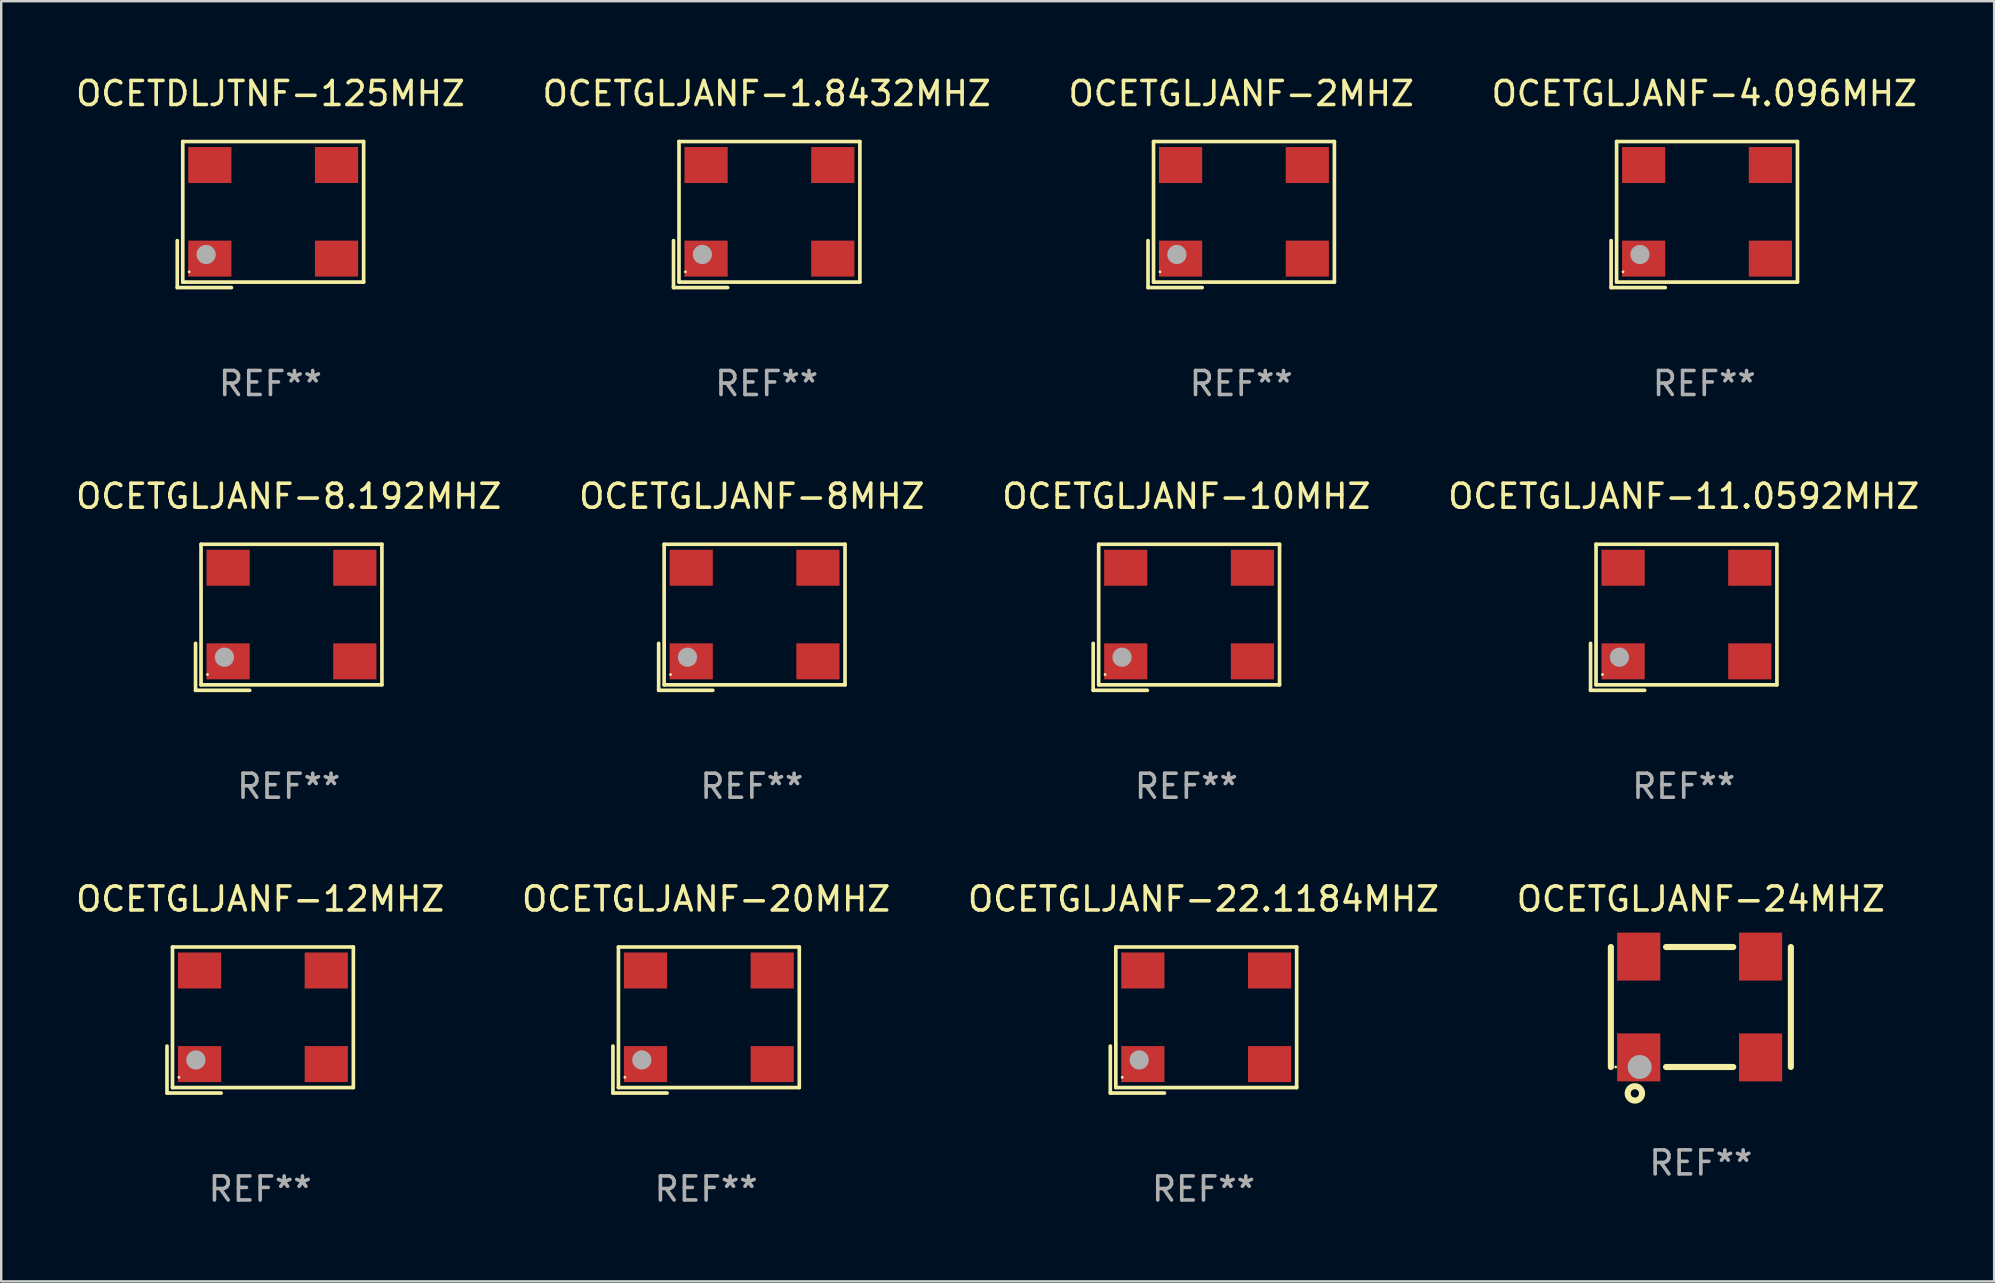
<source format=kicad_pcb>
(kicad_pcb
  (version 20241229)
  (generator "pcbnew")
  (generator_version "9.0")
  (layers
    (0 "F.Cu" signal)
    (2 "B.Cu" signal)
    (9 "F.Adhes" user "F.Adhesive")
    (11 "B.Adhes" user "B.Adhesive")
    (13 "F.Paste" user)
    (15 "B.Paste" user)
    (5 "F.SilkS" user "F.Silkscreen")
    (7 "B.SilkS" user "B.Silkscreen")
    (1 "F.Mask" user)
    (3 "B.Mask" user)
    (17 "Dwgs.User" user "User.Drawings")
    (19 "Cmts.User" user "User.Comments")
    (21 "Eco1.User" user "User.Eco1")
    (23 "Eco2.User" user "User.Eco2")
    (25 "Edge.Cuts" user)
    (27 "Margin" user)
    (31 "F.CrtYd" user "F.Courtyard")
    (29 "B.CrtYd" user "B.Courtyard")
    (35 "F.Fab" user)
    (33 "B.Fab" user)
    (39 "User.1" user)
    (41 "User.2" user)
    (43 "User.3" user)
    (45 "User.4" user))
  (footprint "OCETGLJANF-10MHZ"
    (layer "F.Cu")
    (at 46.387 22.673)
    (property "Reference" "OCETGLJANF-10MHZ" (at 0 -5.043 0) (layer "F.SilkS") (effects (font (size 1 1) (thickness 0.15))))
    (attr through_hole)
    (fp_line (start -3.883 1.086) (end -3.883 3.043) (stroke (width 0.152) (type solid)) (layer "F.SilkS"))
    (fp_line (start -3.883 3.043) (end -1.626 3.043) (stroke (width 0.152) (type solid)) (layer "F.SilkS"))
    (fp_line (start -3.654 -3.043) (end 3.883 -3.043) (stroke (width 0.152) (type solid)) (layer "F.SilkS"))
    (fp_line (start -3.654 2.814) (end -3.654 -3.043) (stroke (width 0.152) (type solid)) (layer "F.SilkS"))
    (fp_line (start 3.883 -3.043) (end 3.883 2.814) (stroke (width 0.152) (type solid)) (layer "F.SilkS"))
    (fp_line (start 3.883 2.814) (end -3.654 2.814) (stroke (width 0.152) (type solid)) (layer "F.SilkS"))
    (fp_circle (center -3.386 2.386) (end -3.356 2.386) (stroke (width 0.06) (type solid)) (fill no) (layer "F.SilkS"))
    (fp_circle (center -2.68 1.664) (end -2.48 1.664) (stroke (width 0.4) (type solid)) (fill no) (layer "F.Fab"))
    (fp_text user "REF**" (at 0 7.043 0) (layer "F.Fab") (effects (font (size 1 1) (thickness 0.15))))
    (pad "1" smd rect (at -2.526 1.836) (size 1.8 1.5) (layers "F.Cu" "F.Mask" "F.Paste"))
    (pad "2" smd rect (at 2.754 1.836) (size 1.8 1.5) (layers "F.Cu" "F.Mask" "F.Paste"))
    (pad "3" smd rect (at 2.754 -2.064) (size 1.8 1.5) (layers "F.Cu" "F.Mask" "F.Paste"))
    (pad "4" smd rect (at -2.526 -2.064) (size 1.8 1.5) (layers "F.Cu" "F.Mask" "F.Paste")))
  (footprint "OCETDLJTNF-125MHZ"
    (layer "F.Cu")
    (at 8.22 5.891)
    (property "Reference" "OCETDLJTNF-125MHZ" (at 0 -5.043 0) (layer "F.SilkS") (effects (font (size 1 1) (thickness 0.15))))
    (attr through_hole)
    (fp_line (start -3.883 1.086) (end -3.883 3.043) (stroke (width 0.152) (type solid)) (layer "F.SilkS"))
    (fp_line (start -3.883 3.043) (end -1.626 3.043) (stroke (width 0.152) (type solid)) (layer "F.SilkS"))
    (fp_line (start -3.654 -3.043) (end 3.883 -3.043) (stroke (width 0.152) (type solid)) (layer "F.SilkS"))
    (fp_line (start -3.654 2.814) (end -3.654 -3.043) (stroke (width 0.152) (type solid)) (layer "F.SilkS"))
    (fp_line (start 3.883 -3.043) (end 3.883 2.814) (stroke (width 0.152) (type solid)) (layer "F.SilkS"))
    (fp_line (start 3.883 2.814) (end -3.654 2.814) (stroke (width 0.152) (type solid)) (layer "F.SilkS"))
    (fp_circle (center -3.386 2.386) (end -3.356 2.386) (stroke (width 0.06) (type solid)) (fill no) (layer "F.SilkS"))
    (fp_circle (center -2.68 1.664) (end -2.48 1.664) (stroke (width 0.4) (type solid)) (fill no) (layer "F.Fab"))
    (fp_text user "REF**" (at 0 7.043 0) (layer "F.Fab") (effects (font (size 1 1) (thickness 0.15))))
    (pad "1" smd rect (at -2.526 1.836) (size 1.8 1.5) (layers "F.Cu" "F.Mask" "F.Paste"))
    (pad "2" smd rect (at 2.754 1.836) (size 1.8 1.5) (layers "F.Cu" "F.Mask" "F.Paste"))
    (pad "3" smd rect (at 2.754 -2.064) (size 1.8 1.5) (layers "F.Cu" "F.Mask" "F.Paste"))
    (pad "4" smd rect (at -2.526 -2.064) (size 1.8 1.5) (layers "F.Cu" "F.Mask" "F.Paste")))
  (footprint "OCETGLJANF-4.096MHZ"
    (layer "F.Cu")
    (at 67.97 5.891)
    (property "Reference" "OCETGLJANF-4.096MHZ" (at 0 -5.043 0) (layer "F.SilkS") (effects (font (size 1 1) (thickness 0.15))))
    (attr through_hole)
    (fp_line (start -3.883 1.086) (end -3.883 3.043) (stroke (width 0.152) (type solid)) (layer "F.SilkS"))
    (fp_line (start -3.883 3.043) (end -1.626 3.043) (stroke (width 0.152) (type solid)) (layer "F.SilkS"))
    (fp_line (start -3.654 -3.043) (end 3.883 -3.043) (stroke (width 0.152) (type solid)) (layer "F.SilkS"))
    (fp_line (start -3.654 2.814) (end -3.654 -3.043) (stroke (width 0.152) (type solid)) (layer "F.SilkS"))
    (fp_line (start 3.883 -3.043) (end 3.883 2.814) (stroke (width 0.152) (type solid)) (layer "F.SilkS"))
    (fp_line (start 3.883 2.814) (end -3.654 2.814) (stroke (width 0.152) (type solid)) (layer "F.SilkS"))
    (fp_circle (center -3.386 2.386) (end -3.356 2.386) (stroke (width 0.06) (type solid)) (fill no) (layer "F.SilkS"))
    (fp_circle (center -2.68 1.664) (end -2.48 1.664) (stroke (width 0.4) (type solid)) (fill no) (layer "F.Fab"))
    (fp_text user "REF**" (at 0 7.043 0) (layer "F.Fab") (effects (font (size 1 1) (thickness 0.15))))
    (pad "1" smd rect (at -2.526 1.836) (size 1.8 1.5) (layers "F.Cu" "F.Mask" "F.Paste"))
    (pad "2" smd rect (at 2.754 1.836) (size 1.8 1.5) (layers "F.Cu" "F.Mask" "F.Paste"))
    (pad "3" smd rect (at 2.754 -2.064) (size 1.8 1.5) (layers "F.Cu" "F.Mask" "F.Paste"))
    (pad "4" smd rect (at -2.526 -2.064) (size 1.8 1.5) (layers "F.Cu" "F.Mask" "F.Paste")))
  (footprint "OCETGLJANF-22.1184MHZ"
    (layer "F.Cu")
    (at 47.101 39.456)
    (property "Reference" "OCETGLJANF-22.1184MHZ" (at 0 -5.043 0) (layer "F.SilkS") (effects (font (size 1 1) (thickness 0.15))))
    (attr through_hole)
    (fp_line (start -3.883 1.086) (end -3.883 3.043) (stroke (width 0.152) (type solid)) (layer "F.SilkS"))
    (fp_line (start -3.883 3.043) (end -1.626 3.043) (stroke (width 0.152) (type solid)) (layer "F.SilkS"))
    (fp_line (start -3.654 -3.043) (end 3.883 -3.043) (stroke (width 0.152) (type solid)) (layer "F.SilkS"))
    (fp_line (start -3.654 2.814) (end -3.654 -3.043) (stroke (width 0.152) (type solid)) (layer "F.SilkS"))
    (fp_line (start 3.883 -3.043) (end 3.883 2.814) (stroke (width 0.152) (type solid)) (layer "F.SilkS"))
    (fp_line (start 3.883 2.814) (end -3.654 2.814) (stroke (width 0.152) (type solid)) (layer "F.SilkS"))
    (fp_circle (center -3.386 2.386) (end -3.356 2.386) (stroke (width 0.06) (type solid)) (fill no) (layer "F.SilkS"))
    (fp_circle (center -2.68 1.664) (end -2.48 1.664) (stroke (width 0.4) (type solid)) (fill no) (layer "F.Fab"))
    (fp_text user "REF**" (at 0 7.043 0) (layer "F.Fab") (effects (font (size 1 1) (thickness 0.15))))
    (pad "1" smd rect (at -2.526 1.836) (size 1.8 1.5) (layers "F.Cu" "F.Mask" "F.Paste"))
    (pad "2" smd rect (at 2.754 1.836) (size 1.8 1.5) (layers "F.Cu" "F.Mask" "F.Paste"))
    (pad "3" smd rect (at 2.754 -2.064) (size 1.8 1.5) (layers "F.Cu" "F.Mask" "F.Paste"))
    (pad "4" smd rect (at -2.526 -2.064) (size 1.8 1.5) (layers "F.Cu" "F.Mask" "F.Paste")))
  (footprint "OCETGLJANF-8MHZ"
    (layer "F.Cu")
    (at 28.28 22.673)
    (property "Reference" "OCETGLJANF-8MHZ" (at 0 -5.043 0) (layer "F.SilkS") (effects (font (size 1 1) (thickness 0.15))))
    (attr through_hole)
    (fp_line (start -3.883 1.086) (end -3.883 3.043) (stroke (width 0.152) (type solid)) (layer "F.SilkS"))
    (fp_line (start -3.883 3.043) (end -1.626 3.043) (stroke (width 0.152) (type solid)) (layer "F.SilkS"))
    (fp_line (start -3.654 -3.043) (end 3.883 -3.043) (stroke (width 0.152) (type solid)) (layer "F.SilkS"))
    (fp_line (start -3.654 2.814) (end -3.654 -3.043) (stroke (width 0.152) (type solid)) (layer "F.SilkS"))
    (fp_line (start 3.883 -3.043) (end 3.883 2.814) (stroke (width 0.152) (type solid)) (layer "F.SilkS"))
    (fp_line (start 3.883 2.814) (end -3.654 2.814) (stroke (width 0.152) (type solid)) (layer "F.SilkS"))
    (fp_circle (center -3.386 2.386) (end -3.356 2.386) (stroke (width 0.06) (type solid)) (fill no) (layer "F.SilkS"))
    (fp_circle (center -2.68 1.664) (end -2.48 1.664) (stroke (width 0.4) (type solid)) (fill no) (layer "F.Fab"))
    (fp_text user "REF**" (at 0 7.043 0) (layer "F.Fab") (effects (font (size 1 1) (thickness 0.15))))
    (pad "1" smd rect (at -2.526 1.836) (size 1.8 1.5) (layers "F.Cu" "F.Mask" "F.Paste"))
    (pad "2" smd rect (at 2.754 1.836) (size 1.8 1.5) (layers "F.Cu" "F.Mask" "F.Paste"))
    (pad "3" smd rect (at 2.754 -2.064) (size 1.8 1.5) (layers "F.Cu" "F.Mask" "F.Paste"))
    (pad "4" smd rect (at -2.526 -2.064) (size 1.8 1.5) (layers "F.Cu" "F.Mask" "F.Paste")))
  (footprint "OCETGLJANF-2MHZ"
    (layer "F.Cu")
    (at 48.673 5.891)
    (property "Reference" "OCETGLJANF-2MHZ" (at 0 -5.043 0) (layer "F.SilkS") (effects (font (size 1 1) (thickness 0.15))))
    (attr through_hole)
    (fp_line (start -3.883 1.086) (end -3.883 3.043) (stroke (width 0.152) (type solid)) (layer "F.SilkS"))
    (fp_line (start -3.883 3.043) (end -1.626 3.043) (stroke (width 0.152) (type solid)) (layer "F.SilkS"))
    (fp_line (start -3.654 -3.043) (end 3.883 -3.043) (stroke (width 0.152) (type solid)) (layer "F.SilkS"))
    (fp_line (start -3.654 2.814) (end -3.654 -3.043) (stroke (width 0.152) (type solid)) (layer "F.SilkS"))
    (fp_line (start 3.883 -3.043) (end 3.883 2.814) (stroke (width 0.152) (type solid)) (layer "F.SilkS"))
    (fp_line (start 3.883 2.814) (end -3.654 2.814) (stroke (width 0.152) (type solid)) (layer "F.SilkS"))
    (fp_circle (center -3.386 2.386) (end -3.356 2.386) (stroke (width 0.06) (type solid)) (fill no) (layer "F.SilkS"))
    (fp_circle (center -2.68 1.664) (end -2.48 1.664) (stroke (width 0.4) (type solid)) (fill no) (layer "F.Fab"))
    (fp_text user "REF**" (at 0 7.043 0) (layer "F.Fab") (effects (font (size 1 1) (thickness 0.15))))
    (pad "1" smd rect (at -2.526 1.836) (size 1.8 1.5) (layers "F.Cu" "F.Mask" "F.Paste"))
    (pad "2" smd rect (at 2.754 1.836) (size 1.8 1.5) (layers "F.Cu" "F.Mask" "F.Paste"))
    (pad "3" smd rect (at 2.754 -2.064) (size 1.8 1.5) (layers "F.Cu" "F.Mask" "F.Paste"))
    (pad "4" smd rect (at -2.526 -2.064) (size 1.8 1.5) (layers "F.Cu" "F.Mask" "F.Paste")))
  (footprint "OCETGLJANF-12MHZ"
    (layer "F.Cu")
    (at 7.792 39.456)
    (property "Reference" "OCETGLJANF-12MHZ" (at 0 -5.043 0) (layer "F.SilkS") (effects (font (size 1 1) (thickness 0.15))))
    (attr through_hole)
    (fp_line (start -3.883 1.086) (end -3.883 3.043) (stroke (width 0.152) (type solid)) (layer "F.SilkS"))
    (fp_line (start -3.883 3.043) (end -1.626 3.043) (stroke (width 0.152) (type solid)) (layer "F.SilkS"))
    (fp_line (start -3.654 -3.043) (end 3.883 -3.043) (stroke (width 0.152) (type solid)) (layer "F.SilkS"))
    (fp_line (start -3.654 2.814) (end -3.654 -3.043) (stroke (width 0.152) (type solid)) (layer "F.SilkS"))
    (fp_line (start 3.883 -3.043) (end 3.883 2.814) (stroke (width 0.152) (type solid)) (layer "F.SilkS"))
    (fp_line (start 3.883 2.814) (end -3.654 2.814) (stroke (width 0.152) (type solid)) (layer "F.SilkS"))
    (fp_circle (center -3.386 2.386) (end -3.356 2.386) (stroke (width 0.06) (type solid)) (fill no) (layer "F.SilkS"))
    (fp_circle (center -2.68 1.664) (end -2.48 1.664) (stroke (width 0.4) (type solid)) (fill no) (layer "F.Fab"))
    (fp_text user "REF**" (at 0 7.043 0) (layer "F.Fab") (effects (font (size 1 1) (thickness 0.15))))
    (pad "1" smd rect (at -2.526 1.836) (size 1.8 1.5) (layers "F.Cu" "F.Mask" "F.Paste"))
    (pad "2" smd rect (at 2.754 1.836) (size 1.8 1.5) (layers "F.Cu" "F.Mask" "F.Paste"))
    (pad "3" smd rect (at 2.754 -2.064) (size 1.8 1.5) (layers "F.Cu" "F.Mask" "F.Paste"))
    (pad "4" smd rect (at -2.526 -2.064) (size 1.8 1.5) (layers "F.Cu" "F.Mask" "F.Paste")))
  (footprint "OCETGLJANF-11.0592MHZ"
    (layer "F.Cu")
    (at 67.113 22.673)
    (property "Reference" "OCETGLJANF-11.0592MHZ" (at 0 -5.043 0) (layer "F.SilkS") (effects (font (size 1 1) (thickness 0.15))))
    (attr through_hole)
    (fp_line (start -3.883 1.086) (end -3.883 3.043) (stroke (width 0.152) (type solid)) (layer "F.SilkS"))
    (fp_line (start -3.883 3.043) (end -1.626 3.043) (stroke (width 0.152) (type solid)) (layer "F.SilkS"))
    (fp_line (start -3.654 -3.043) (end 3.883 -3.043) (stroke (width 0.152) (type solid)) (layer "F.SilkS"))
    (fp_line (start -3.654 2.814) (end -3.654 -3.043) (stroke (width 0.152) (type solid)) (layer "F.SilkS"))
    (fp_line (start 3.883 -3.043) (end 3.883 2.814) (stroke (width 0.152) (type solid)) (layer "F.SilkS"))
    (fp_line (start 3.883 2.814) (end -3.654 2.814) (stroke (width 0.152) (type solid)) (layer "F.SilkS"))
    (fp_circle (center -3.386 2.386) (end -3.356 2.386) (stroke (width 0.06) (type solid)) (fill no) (layer "F.SilkS"))
    (fp_circle (center -2.68 1.664) (end -2.48 1.664) (stroke (width 0.4) (type solid)) (fill no) (layer "F.Fab"))
    (fp_text user "REF**" (at 0 7.043 0) (layer "F.Fab") (effects (font (size 1 1) (thickness 0.15))))
    (pad "1" smd rect (at -2.526 1.836) (size 1.8 1.5) (layers "F.Cu" "F.Mask" "F.Paste"))
    (pad "2" smd rect (at 2.754 1.836) (size 1.8 1.5) (layers "F.Cu" "F.Mask" "F.Paste"))
    (pad "3" smd rect (at 2.754 -2.064) (size 1.8 1.5) (layers "F.Cu" "F.Mask" "F.Paste"))
    (pad "4" smd rect (at -2.526 -2.064) (size 1.8 1.5) (layers "F.Cu" "F.Mask" "F.Paste")))
  (footprint "OCETGLJANF-8.192MHZ"
    (layer "F.Cu")
    (at 8.982 22.673)
    (property "Reference" "OCETGLJANF-8.192MHZ" (at 0 -5.043 0) (layer "F.SilkS") (effects (font (size 1 1) (thickness 0.15))))
    (attr through_hole)
    (fp_line (start -3.883 1.086) (end -3.883 3.043) (stroke (width 0.152) (type solid)) (layer "F.SilkS"))
    (fp_line (start -3.883 3.043) (end -1.626 3.043) (stroke (width 0.152) (type solid)) (layer "F.SilkS"))
    (fp_line (start -3.654 -3.043) (end 3.883 -3.043) (stroke (width 0.152) (type solid)) (layer "F.SilkS"))
    (fp_line (start -3.654 2.814) (end -3.654 -3.043) (stroke (width 0.152) (type solid)) (layer "F.SilkS"))
    (fp_line (start 3.883 -3.043) (end 3.883 2.814) (stroke (width 0.152) (type solid)) (layer "F.SilkS"))
    (fp_line (start 3.883 2.814) (end -3.654 2.814) (stroke (width 0.152) (type solid)) (layer "F.SilkS"))
    (fp_circle (center -3.386 2.386) (end -3.356 2.386) (stroke (width 0.06) (type solid)) (fill no) (layer "F.SilkS"))
    (fp_circle (center -2.68 1.664) (end -2.48 1.664) (stroke (width 0.4) (type solid)) (fill no) (layer "F.Fab"))
    (fp_text user "REF**" (at 0 7.043 0) (layer "F.Fab") (effects (font (size 1 1) (thickness 0.15))))
    (pad "1" smd rect (at -2.526 1.836) (size 1.8 1.5) (layers "F.Cu" "F.Mask" "F.Paste"))
    (pad "2" smd rect (at 2.754 1.836) (size 1.8 1.5) (layers "F.Cu" "F.Mask" "F.Paste"))
    (pad "3" smd rect (at 2.754 -2.064) (size 1.8 1.5) (layers "F.Cu" "F.Mask" "F.Paste"))
    (pad "4" smd rect (at -2.526 -2.064) (size 1.8 1.5) (layers "F.Cu" "F.Mask" "F.Paste")))
  (footprint "OCETGLJANF-1.8432MHZ"
    (layer "F.Cu")
    (at 28.899 5.891)
    (property "Reference" "OCETGLJANF-1.8432MHZ" (at 0 -5.043 0) (layer "F.SilkS") (effects (font (size 1 1) (thickness 0.15))))
    (attr through_hole)
    (fp_line (start -3.883 1.086) (end -3.883 3.043) (stroke (width 0.152) (type solid)) (layer "F.SilkS"))
    (fp_line (start -3.883 3.043) (end -1.626 3.043) (stroke (width 0.152) (type solid)) (layer "F.SilkS"))
    (fp_line (start -3.654 -3.043) (end 3.883 -3.043) (stroke (width 0.152) (type solid)) (layer "F.SilkS"))
    (fp_line (start -3.654 2.814) (end -3.654 -3.043) (stroke (width 0.152) (type solid)) (layer "F.SilkS"))
    (fp_line (start 3.883 -3.043) (end 3.883 2.814) (stroke (width 0.152) (type solid)) (layer "F.SilkS"))
    (fp_line (start 3.883 2.814) (end -3.654 2.814) (stroke (width 0.152) (type solid)) (layer "F.SilkS"))
    (fp_circle (center -3.386 2.386) (end -3.356 2.386) (stroke (width 0.06) (type solid)) (fill no) (layer "F.SilkS"))
    (fp_circle (center -2.68 1.664) (end -2.48 1.664) (stroke (width 0.4) (type solid)) (fill no) (layer "F.Fab"))
    (fp_text user "REF**" (at 0 7.043 0) (layer "F.Fab") (effects (font (size 1 1) (thickness 0.15))))
    (pad "1" smd rect (at -2.526 1.836) (size 1.8 1.5) (layers "F.Cu" "F.Mask" "F.Paste"))
    (pad "2" smd rect (at 2.754 1.836) (size 1.8 1.5) (layers "F.Cu" "F.Mask" "F.Paste"))
    (pad "3" smd rect (at 2.754 -2.064) (size 1.8 1.5) (layers "F.Cu" "F.Mask" "F.Paste"))
    (pad "4" smd rect (at -2.526 -2.064) (size 1.8 1.5) (layers "F.Cu" "F.Mask" "F.Paste")))
  (footprint "OCETGLJANF-24MHZ"
    (layer "F.Cu")
    (at 67.827 38.913)
    (property "Reference" "OCETGLJANF-24MHZ" (at 0 -4.5 0) (layer "F.SilkS") (effects (font (size 1 1) (thickness 0.15))))
    (attr through_hole)
    (fp_line (start -3.75 -2.5) (end -3.75 2.5) (stroke (width 0.254) (type solid)) (layer "F.SilkS"))
    (fp_line (start -1.45 -2.5) (end 1.35 -2.5) (stroke (width 0.254) (type solid)) (layer "F.SilkS"))
    (fp_line (start -1.45 2.5) (end 1.35 2.5) (stroke (width 0.254) (type solid)) (layer "F.SilkS"))
    (fp_line (start 3.75 -2.5) (end 3.75 2.5) (stroke (width 0.254) (type solid)) (layer "F.SilkS"))
    (fp_circle (center -3.55 2.5) (end -3.52 2.5) (stroke (width 0.06) (type solid)) (fill no) (layer "F.SilkS"))
    (fp_circle (center -2.75 3.6) (end -2.45 3.6) (stroke (width 0.254) (type solid)) (fill no) (layer "F.SilkS"))
    (fp_circle (center -2.55 2.5) (end -2.3 2.5) (stroke (width 0.5) (type solid)) (fill no) (layer "F.Fab"))
    (fp_text user "REF**" (at 0 6.5 0) (layer "F.Fab") (effects (font (size 1 1) (thickness 0.15))))
    (pad "1" smd rect (at -2.59 2.1) (size 1.8 2) (layers "F.Cu" "F.Mask" "F.Paste"))
    (pad "2" smd rect (at 2.49 2.1) (size 1.8 2) (layers "F.Cu" "F.Mask" "F.Paste"))
    (pad "3" smd rect (at 2.49 -2.1) (size 1.8 2) (layers "F.Cu" "F.Mask" "F.Paste"))
    (pad "4" smd rect (at -2.59 -2.1) (size 1.8 2) (layers "F.Cu" "F.Mask" "F.Paste")))
  (footprint "OCETGLJANF-20MHZ"
    (layer "F.Cu")
    (at 26.375 39.456)
    (property "Reference" "OCETGLJANF-20MHZ" (at 0 -5.043 0) (layer "F.SilkS") (effects (font (size 1 1) (thickness 0.15))))
    (attr through_hole)
    (fp_line (start -3.883 1.086) (end -3.883 3.043) (stroke (width 0.152) (type solid)) (layer "F.SilkS"))
    (fp_line (start -3.883 3.043) (end -1.626 3.043) (stroke (width 0.152) (type solid)) (layer "F.SilkS"))
    (fp_line (start -3.654 -3.043) (end 3.883 -3.043) (stroke (width 0.152) (type solid)) (layer "F.SilkS"))
    (fp_line (start -3.654 2.814) (end -3.654 -3.043) (stroke (width 0.152) (type solid)) (layer "F.SilkS"))
    (fp_line (start 3.883 -3.043) (end 3.883 2.814) (stroke (width 0.152) (type solid)) (layer "F.SilkS"))
    (fp_line (start 3.883 2.814) (end -3.654 2.814) (stroke (width 0.152) (type solid)) (layer "F.SilkS"))
    (fp_circle (center -3.386 2.386) (end -3.356 2.386) (stroke (width 0.06) (type solid)) (fill no) (layer "F.SilkS"))
    (fp_circle (center -2.68 1.664) (end -2.48 1.664) (stroke (width 0.4) (type solid)) (fill no) (layer "F.Fab"))
    (fp_text user "REF**" (at 0 7.043 0) (layer "F.Fab") (effects (font (size 1 1) (thickness 0.15))))
    (pad "1" smd rect (at -2.526 1.836) (size 1.8 1.5) (layers "F.Cu" "F.Mask" "F.Paste"))
    (pad "2" smd rect (at 2.754 1.836) (size 1.8 1.5) (layers "F.Cu" "F.Mask" "F.Paste"))
    (pad "3" smd rect (at 2.754 -2.064) (size 1.8 1.5) (layers "F.Cu" "F.Mask" "F.Paste"))
    (pad "4" smd rect (at -2.526 -2.064) (size 1.8 1.5) (layers "F.Cu" "F.Mask" "F.Paste")))
  (gr_rect
    (start -3 -3)
    (end 80.048 50.347)
    (stroke (width 0.1) (type default))
    (fill no)
    (layer "Edge.Cuts")))
</source>
